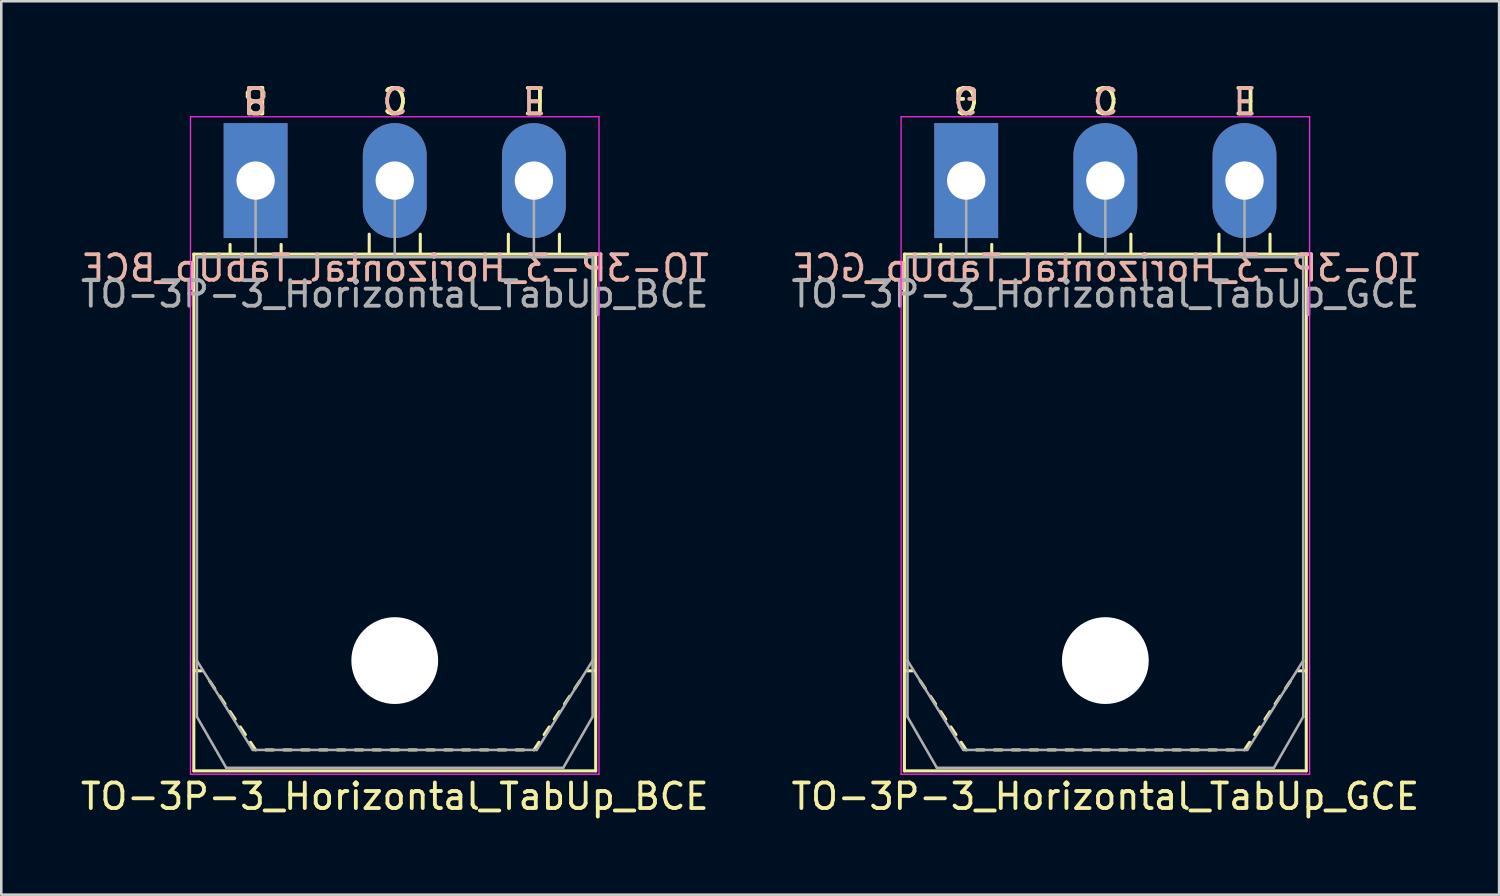
<source format=kicad_pcb>
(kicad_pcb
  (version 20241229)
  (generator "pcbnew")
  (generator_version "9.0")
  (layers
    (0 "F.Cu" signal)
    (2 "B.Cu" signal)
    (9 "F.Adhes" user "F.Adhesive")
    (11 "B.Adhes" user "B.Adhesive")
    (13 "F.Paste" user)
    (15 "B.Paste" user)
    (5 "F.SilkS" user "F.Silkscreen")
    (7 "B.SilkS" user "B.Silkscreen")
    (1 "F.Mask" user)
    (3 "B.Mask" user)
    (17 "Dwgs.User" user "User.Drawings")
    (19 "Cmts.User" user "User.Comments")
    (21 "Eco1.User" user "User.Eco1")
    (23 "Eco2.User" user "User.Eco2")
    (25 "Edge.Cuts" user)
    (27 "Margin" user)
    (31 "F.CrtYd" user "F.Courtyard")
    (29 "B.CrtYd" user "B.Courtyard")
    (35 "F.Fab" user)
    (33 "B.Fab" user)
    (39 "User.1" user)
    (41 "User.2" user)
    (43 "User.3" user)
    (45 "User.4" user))
  (footprint "TO-3P-3_Horizontal_TabUp_GCE"
    (layer "F.Cu")
    (at 34.793 4.023)
    (property "Reference" "TO-3P-3_Horizontal_TabUp_GCE" (at 5.45 24.12 0) (layer "F.SilkS") (effects (font (size 1 1) (thickness 0.15))))
    (fp_line (start -2.42 23.12) (end -2.42 2.88) (stroke (width 0.12) (type solid)) (layer "F.SilkS"))
    (fp_line (start -2.1 19.2) (end -2.4 19.2) (stroke (width 0.12) (type solid)) (layer "F.SilkS"))
    (fp_line (start -1.8 19.6) (end -1.6 19.9) (stroke (width 0.12) (type solid)) (layer "F.SilkS"))
    (fp_line (start -1.4 20.2) (end -1.2 20.5) (stroke (width 0.12) (type solid)) (layer "F.SilkS"))
    (fp_line (start -1 2.85) (end -1 2.5) (stroke (width 0.12) (type solid)) (layer "F.SilkS"))
    (fp_line (start -1 20.8) (end -0.8 21.1) (stroke (width 0.12) (type solid)) (layer "F.SilkS"))
    (fp_line (start -0.6 21.4) (end -0.4 21.7) (stroke (width 0.12) (type solid)) (layer "F.SilkS"))
    (fp_line (start -0.2 22) (end 0 22.3) (stroke (width 0.12) (type solid)) (layer "F.SilkS"))
    (fp_line (start 0.7 22.3) (end 0.4 22.3) (stroke (width 0.12) (type solid)) (layer "F.SilkS"))
    (fp_line (start 1 2.85) (end 1 2.5) (stroke (width 0.12) (type solid)) (layer "F.SilkS"))
    (fp_line (start 1.4 22.3) (end 1.1 22.3) (stroke (width 0.12) (type solid)) (layer "F.SilkS"))
    (fp_line (start 2.1 22.3) (end 1.8 22.3) (stroke (width 0.12) (type solid)) (layer "F.SilkS"))
    (fp_line (start 2.8 22.3) (end 2.5 22.3) (stroke (width 0.12) (type solid)) (layer "F.SilkS"))
    (fp_line (start 3.5 22.3) (end 3.2 22.3) (stroke (width 0.12) (type solid)) (layer "F.SilkS"))
    (fp_line (start 4.2 22.3) (end 3.9 22.3) (stroke (width 0.12) (type solid)) (layer "F.SilkS"))
    (fp_line (start 4.45 2.85) (end 4.45 2.1) (stroke (width 0.12) (type solid)) (layer "F.SilkS"))
    (fp_line (start 4.9 22.3) (end 4.6 22.3) (stroke (width 0.12) (type solid)) (layer "F.SilkS"))
    (fp_line (start 5.6 22.3) (end 5.3 22.3) (stroke (width 0.12) (type solid)) (layer "F.SilkS"))
    (fp_line (start 6.3 22.3) (end 6 22.3) (stroke (width 0.12) (type solid)) (layer "F.SilkS"))
    (fp_line (start 6.45 2.85) (end 6.45 2.1) (stroke (width 0.12) (type solid)) (layer "F.SilkS"))
    (fp_line (start 7 22.3) (end 6.7 22.3) (stroke (width 0.12) (type solid)) (layer "F.SilkS"))
    (fp_line (start 7.7 22.3) (end 7.4 22.3) (stroke (width 0.12) (type solid)) (layer "F.SilkS"))
    (fp_line (start 8.4 22.3) (end 8.1 22.3) (stroke (width 0.12) (type solid)) (layer "F.SilkS"))
    (fp_line (start 9.1 22.3) (end 8.8 22.3) (stroke (width 0.12) (type solid)) (layer "F.SilkS"))
    (fp_line (start 9.8 22.3) (end 9.5 22.3) (stroke (width 0.12) (type solid)) (layer "F.SilkS"))
    (fp_line (start 9.9 2.85) (end 9.9 2.1) (stroke (width 0.12) (type solid)) (layer "F.SilkS"))
    (fp_line (start 10.5 22.3) (end 10.2 22.3) (stroke (width 0.12) (type solid)) (layer "F.SilkS"))
    (fp_line (start 11.1 22) (end 10.9 22.3) (stroke (width 0.12) (type solid)) (layer "F.SilkS"))
    (fp_line (start 11.5 21.4) (end 11.3 21.7) (stroke (width 0.12) (type solid)) (layer "F.SilkS"))
    (fp_line (start 11.9 2.85) (end 11.9 2.1) (stroke (width 0.12) (type solid)) (layer "F.SilkS"))
    (fp_line (start 11.9 20.8) (end 11.7 21.1) (stroke (width 0.12) (type solid)) (layer "F.SilkS"))
    (fp_line (start 12.3 20.2) (end 12.1 20.5) (stroke (width 0.12) (type solid)) (layer "F.SilkS"))
    (fp_line (start 12.7 19.6) (end 12.5 19.9) (stroke (width 0.12) (type solid)) (layer "F.SilkS"))
    (fp_line (start 13 19.2) (end 13.3 19.2) (stroke (width 0.12) (type solid)) (layer "F.SilkS"))
    (fp_line (start 13.32 2.88) (end -2.42 2.88) (stroke (width 0.12) (type solid)) (layer "F.SilkS"))
    (fp_line (start 13.32 23.12) (end -2.42 23.12) (stroke (width 0.12) (type solid)) (layer "F.SilkS"))
    (fp_line (start 13.32 23.12) (end 13.32 2.88) (stroke (width 0.12) (type solid)) (layer "F.SilkS"))
    (fp_line (start -2.55 -2.5) (end -2.55 23.25) (stroke (width 0.05) (type solid)) (layer "F.CrtYd"))
    (fp_line (start -2.55 23.25) (end 13.45 23.25) (stroke (width 0.05) (type solid)) (layer "F.CrtYd"))
    (fp_line (start 13.45 -2.5) (end -2.55 -2.5) (stroke (width 0.05) (type solid)) (layer "F.CrtYd"))
    (fp_line (start 13.45 23.25) (end 13.45 -2.5) (stroke (width 0.05) (type solid)) (layer "F.CrtYd"))
    (fp_line (start -2.3 3) (end -2.3 18.8) (stroke (width 0.1) (type solid)) (layer "F.Fab"))
    (fp_line (start -2.3 18.8) (end -2.3 21) (stroke (width 0.1) (type solid)) (layer "F.Fab"))
    (fp_line (start -2.3 18.8) (end -0.11 22.3) (stroke (width 0.1) (type solid)) (layer "F.Fab"))
    (fp_line (start -2.3 21) (end -1.15 23) (stroke (width 0.1) (type solid)) (layer "F.Fab"))
    (fp_line (start -1.15 23) (end 12.05 23) (stroke (width 0.1) (type solid)) (layer "F.Fab"))
    (fp_line (start -0.11 22.3) (end 11.01 22.3) (stroke (width 0.1) (type solid)) (layer "F.Fab"))
    (fp_line (start 0 3) (end 0 0) (stroke (width 0.1) (type solid)) (layer "F.Fab"))
    (fp_line (start 5.45 3) (end 5.45 0) (stroke (width 0.1) (type solid)) (layer "F.Fab"))
    (fp_line (start 10.9 3) (end 10.9 0) (stroke (width 0.1) (type solid)) (layer "F.Fab"))
    (fp_line (start 11.01 22.3) (end 13.2 18.8) (stroke (width 0.1) (type solid)) (layer "F.Fab"))
    (fp_line (start 12.05 23) (end 13.2 21) (stroke (width 0.1) (type solid)) (layer "F.Fab"))
    (fp_line (start 13.2 3) (end -2.3 3) (stroke (width 0.1) (type solid)) (layer "F.Fab"))
    (fp_line (start 13.2 18.8) (end 13.2 3) (stroke (width 0.1) (type solid)) (layer "F.Fab"))
    (fp_line (start 13.2 21) (end 13.2 18.8) (stroke (width 0.1) (type solid)) (layer "F.Fab"))
    (fp_circle (center 5.45 18.8) (end 7.05 18.8) (stroke (width 0.1) (type solid)) (fill no) (layer "F.Fab"))
    (fp_text user "E" (at 10.922 -3.175 180) (unlocked yes) (layer "F.SilkS") (effects (font (size 1 1) (thickness 0.15))))
    (fp_text user "C" (at 5.461 -3.175 180) (unlocked yes) (layer "F.SilkS") (effects (font (size 1 1) (thickness 0.15))))
    (fp_text user "G" (at 0 -3.175 180) (unlocked yes) (layer "F.SilkS") (effects (font (size 1 1) (thickness 0.15))))
    (fp_text user "C" (at 5.461 -3.175 180) (unlocked yes) (layer "B.SilkS") (effects (font (size 1 1) (thickness 0.15)) (justify mirror)))
    (fp_text user "G" (at 0 -3.175 180) (unlocked yes) (layer "B.SilkS") (effects (font (size 1 1) (thickness 0.15)) (justify mirror)))
    (fp_text user "${REFERENCE}" (at 5.461 3.429 0) (layer "B.SilkS") (effects (font (size 1 1) (thickness 0.15)) (justify mirror)))
    (fp_text user "E" (at 10.922 -3.175 180) (unlocked yes) (layer "B.SilkS") (effects (font (size 1 1) (thickness 0.15)) (justify mirror)))
    (fp_text user "${REFERENCE}" (at 5.45 4.445 0) (layer "F.Fab") (effects (font (size 1 1) (thickness 0.15))))
    (pad "" np_thru_hole oval (at 5.45 18.8) (size 3.4 3.4) (drill 3.4) (layers "*.Cu" "*.Mask"))
    (pad "1" thru_hole rect (at 0 0) (size 2.5 4.5) (drill 1.5) (layers "*.Cu" "*.Mask"))
    (pad "2" thru_hole oval (at 5.45 0) (size 2.5 4.5) (drill 1.5) (layers "*.Cu" "*.Mask"))
    (pad "3" thru_hole oval (at 10.9 0) (size 2.5 4.5) (drill 1.5) (layers "*.Cu" "*.Mask")))
  (footprint "TO-3P-3_Horizontal_TabUp_BCE"
    (layer "F.Cu")
    (at 6.961 4.023)
    (property "Reference" "TO-3P-3_Horizontal_TabUp_BCE" (at 5.45 24.12 0) (layer "F.SilkS") (effects (font (size 1 1) (thickness 0.15))))
    (fp_line (start -2.42 23.12) (end -2.42 2.88) (stroke (width 0.12) (type solid)) (layer "F.SilkS"))
    (fp_line (start -2.1 19.2) (end -2.4 19.2) (stroke (width 0.12) (type solid)) (layer "F.SilkS"))
    (fp_line (start -1.8 19.6) (end -1.6 19.9) (stroke (width 0.12) (type solid)) (layer "F.SilkS"))
    (fp_line (start -1.4 20.2) (end -1.2 20.5) (stroke (width 0.12) (type solid)) (layer "F.SilkS"))
    (fp_line (start -1 2.85) (end -1 2.5) (stroke (width 0.12) (type solid)) (layer "F.SilkS"))
    (fp_line (start -1 20.8) (end -0.8 21.1) (stroke (width 0.12) (type solid)) (layer "F.SilkS"))
    (fp_line (start -0.6 21.4) (end -0.4 21.7) (stroke (width 0.12) (type solid)) (layer "F.SilkS"))
    (fp_line (start -0.2 22) (end 0 22.3) (stroke (width 0.12) (type solid)) (layer "F.SilkS"))
    (fp_line (start 0.7 22.3) (end 0.4 22.3) (stroke (width 0.12) (type solid)) (layer "F.SilkS"))
    (fp_line (start 1 2.85) (end 1 2.5) (stroke (width 0.12) (type solid)) (layer "F.SilkS"))
    (fp_line (start 1.4 22.3) (end 1.1 22.3) (stroke (width 0.12) (type solid)) (layer "F.SilkS"))
    (fp_line (start 2.1 22.3) (end 1.8 22.3) (stroke (width 0.12) (type solid)) (layer "F.SilkS"))
    (fp_line (start 2.8 22.3) (end 2.5 22.3) (stroke (width 0.12) (type solid)) (layer "F.SilkS"))
    (fp_line (start 3.5 22.3) (end 3.2 22.3) (stroke (width 0.12) (type solid)) (layer "F.SilkS"))
    (fp_line (start 4.2 22.3) (end 3.9 22.3) (stroke (width 0.12) (type solid)) (layer "F.SilkS"))
    (fp_line (start 4.45 2.85) (end 4.45 2.1) (stroke (width 0.12) (type solid)) (layer "F.SilkS"))
    (fp_line (start 4.9 22.3) (end 4.6 22.3) (stroke (width 0.12) (type solid)) (layer "F.SilkS"))
    (fp_line (start 5.6 22.3) (end 5.3 22.3) (stroke (width 0.12) (type solid)) (layer "F.SilkS"))
    (fp_line (start 6.3 22.3) (end 6 22.3) (stroke (width 0.12) (type solid)) (layer "F.SilkS"))
    (fp_line (start 6.45 2.85) (end 6.45 2.1) (stroke (width 0.12) (type solid)) (layer "F.SilkS"))
    (fp_line (start 7 22.3) (end 6.7 22.3) (stroke (width 0.12) (type solid)) (layer "F.SilkS"))
    (fp_line (start 7.7 22.3) (end 7.4 22.3) (stroke (width 0.12) (type solid)) (layer "F.SilkS"))
    (fp_line (start 8.4 22.3) (end 8.1 22.3) (stroke (width 0.12) (type solid)) (layer "F.SilkS"))
    (fp_line (start 9.1 22.3) (end 8.8 22.3) (stroke (width 0.12) (type solid)) (layer "F.SilkS"))
    (fp_line (start 9.8 22.3) (end 9.5 22.3) (stroke (width 0.12) (type solid)) (layer "F.SilkS"))
    (fp_line (start 9.9 2.85) (end 9.9 2.1) (stroke (width 0.12) (type solid)) (layer "F.SilkS"))
    (fp_line (start 10.5 22.3) (end 10.2 22.3) (stroke (width 0.12) (type solid)) (layer "F.SilkS"))
    (fp_line (start 11.1 22) (end 10.9 22.3) (stroke (width 0.12) (type solid)) (layer "F.SilkS"))
    (fp_line (start 11.5 21.4) (end 11.3 21.7) (stroke (width 0.12) (type solid)) (layer "F.SilkS"))
    (fp_line (start 11.9 2.85) (end 11.9 2.1) (stroke (width 0.12) (type solid)) (layer "F.SilkS"))
    (fp_line (start 11.9 20.8) (end 11.7 21.1) (stroke (width 0.12) (type solid)) (layer "F.SilkS"))
    (fp_line (start 12.3 20.2) (end 12.1 20.5) (stroke (width 0.12) (type solid)) (layer "F.SilkS"))
    (fp_line (start 12.7 19.6) (end 12.5 19.9) (stroke (width 0.12) (type solid)) (layer "F.SilkS"))
    (fp_line (start 13 19.2) (end 13.3 19.2) (stroke (width 0.12) (type solid)) (layer "F.SilkS"))
    (fp_line (start 13.32 2.88) (end -2.42 2.88) (stroke (width 0.12) (type solid)) (layer "F.SilkS"))
    (fp_line (start 13.32 23.12) (end -2.42 23.12) (stroke (width 0.12) (type solid)) (layer "F.SilkS"))
    (fp_line (start 13.32 23.12) (end 13.32 2.88) (stroke (width 0.12) (type solid)) (layer "F.SilkS"))
    (fp_line (start -2.55 -2.5) (end -2.55 23.25) (stroke (width 0.05) (type solid)) (layer "F.CrtYd"))
    (fp_line (start -2.55 23.25) (end 13.45 23.25) (stroke (width 0.05) (type solid)) (layer "F.CrtYd"))
    (fp_line (start 13.45 -2.5) (end -2.55 -2.5) (stroke (width 0.05) (type solid)) (layer "F.CrtYd"))
    (fp_line (start 13.45 23.25) (end 13.45 -2.5) (stroke (width 0.05) (type solid)) (layer "F.CrtYd"))
    (fp_line (start -2.3 3) (end -2.3 18.8) (stroke (width 0.1) (type solid)) (layer "F.Fab"))
    (fp_line (start -2.3 18.8) (end -2.3 21) (stroke (width 0.1) (type solid)) (layer "F.Fab"))
    (fp_line (start -2.3 18.8) (end -0.11 22.3) (stroke (width 0.1) (type solid)) (layer "F.Fab"))
    (fp_line (start -2.3 21) (end -1.15 23) (stroke (width 0.1) (type solid)) (layer "F.Fab"))
    (fp_line (start -1.15 23) (end 12.05 23) (stroke (width 0.1) (type solid)) (layer "F.Fab"))
    (fp_line (start -0.11 22.3) (end 11.01 22.3) (stroke (width 0.1) (type solid)) (layer "F.Fab"))
    (fp_line (start 0 3) (end 0 0) (stroke (width 0.1) (type solid)) (layer "F.Fab"))
    (fp_line (start 5.45 3) (end 5.45 0) (stroke (width 0.1) (type solid)) (layer "F.Fab"))
    (fp_line (start 10.9 3) (end 10.9 0) (stroke (width 0.1) (type solid)) (layer "F.Fab"))
    (fp_line (start 11.01 22.3) (end 13.2 18.8) (stroke (width 0.1) (type solid)) (layer "F.Fab"))
    (fp_line (start 12.05 23) (end 13.2 21) (stroke (width 0.1) (type solid)) (layer "F.Fab"))
    (fp_line (start 13.2 3) (end -2.3 3) (stroke (width 0.1) (type solid)) (layer "F.Fab"))
    (fp_line (start 13.2 18.8) (end 13.2 3) (stroke (width 0.1) (type solid)) (layer "F.Fab"))
    (fp_line (start 13.2 21) (end 13.2 18.8) (stroke (width 0.1) (type solid)) (layer "F.Fab"))
    (fp_circle (center 5.45 18.8) (end 7.05 18.8) (stroke (width 0.1) (type solid)) (fill no) (layer "F.Fab"))
    (fp_text user "C" (at 5.461 -3.175 180) (unlocked yes) (layer "F.SilkS") (effects (font (size 1 1) (thickness 0.15))))
    (fp_text user "B" (at 0 -3.175 180) (unlocked yes) (layer "F.SilkS") (effects (font (size 1 1) (thickness 0.15))))
    (fp_text user "E" (at 10.922 -3.175 180) (unlocked yes) (layer "F.SilkS") (effects (font (size 1 1) (thickness 0.15))))
    (fp_text user "B" (at 0 -3.175 180) (unlocked yes) (layer "B.SilkS") (effects (font (size 1 1) (thickness 0.15)) (justify mirror)))
    (fp_text user "E" (at 10.922 -3.175 180) (unlocked yes) (layer "B.SilkS") (effects (font (size 1 1) (thickness 0.15)) (justify mirror)))
    (fp_text user "${REFERENCE}" (at 5.461 3.429 0) (layer "B.SilkS") (effects (font (size 1 1) (thickness 0.15)) (justify mirror)))
    (fp_text user "C" (at 5.461 -3.175 180) (unlocked yes) (layer "B.SilkS") (effects (font (size 1 1) (thickness 0.15)) (justify mirror)))
    (fp_text user "${REFERENCE}" (at 5.45 4.445 0) (layer "F.Fab") (effects (font (size 1 1) (thickness 0.15))))
    (pad "" np_thru_hole oval (at 5.45 18.8) (size 3.4 3.4) (drill 3.4) (layers "*.Cu" "*.Mask"))
    (pad "1" thru_hole rect (at 0 0) (size 2.5 4.5) (drill 1.5) (layers "*.Cu" "*.Mask"))
    (pad "2" thru_hole oval (at 5.45 0) (size 2.5 4.5) (drill 1.5) (layers "*.Cu" "*.Mask"))
    (pad "3" thru_hole oval (at 10.9 0) (size 2.5 4.5) (drill 1.5) (layers "*.Cu" "*.Mask")))
  (gr_rect
    (start -3 -3)
    (end 55.665 31.991)
    (stroke (width 0.1) (type default))
    (fill no)
    (layer "Edge.Cuts")))
</source>
